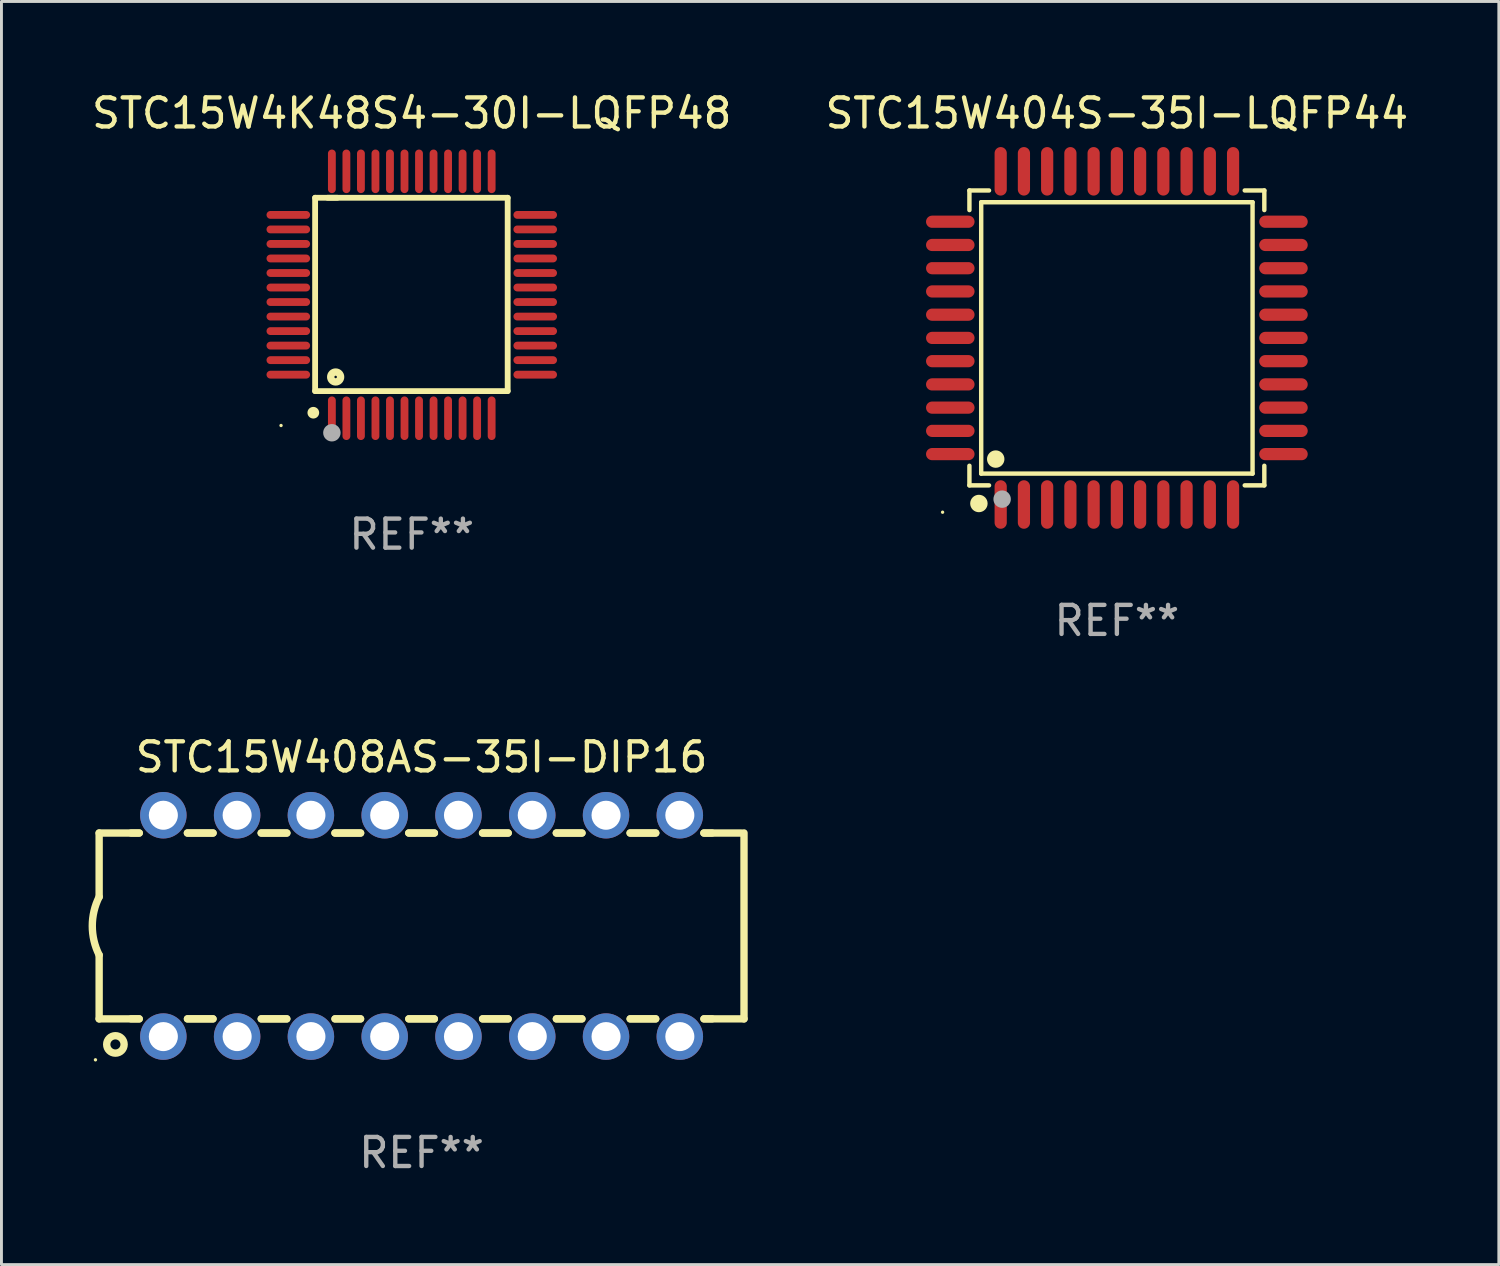
<source format=kicad_pcb>
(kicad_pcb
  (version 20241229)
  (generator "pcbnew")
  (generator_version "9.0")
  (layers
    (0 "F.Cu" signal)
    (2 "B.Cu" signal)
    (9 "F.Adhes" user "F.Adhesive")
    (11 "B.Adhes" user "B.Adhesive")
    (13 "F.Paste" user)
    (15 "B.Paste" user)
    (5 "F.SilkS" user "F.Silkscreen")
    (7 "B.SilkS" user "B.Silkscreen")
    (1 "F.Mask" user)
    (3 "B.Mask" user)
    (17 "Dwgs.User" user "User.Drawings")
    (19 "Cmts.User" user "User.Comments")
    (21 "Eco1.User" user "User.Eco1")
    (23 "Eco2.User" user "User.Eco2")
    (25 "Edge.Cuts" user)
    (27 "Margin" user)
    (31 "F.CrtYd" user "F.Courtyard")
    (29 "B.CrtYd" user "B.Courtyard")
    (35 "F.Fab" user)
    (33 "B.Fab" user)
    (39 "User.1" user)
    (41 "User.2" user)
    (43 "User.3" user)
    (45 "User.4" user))
  (footprint "STC15W408AS-35I-DIP16"
    (layer "F.Cu")
    (at 11.463 28.825)
    (property "Reference" "STC15W408AS-35I-DIP16" (at 0 -5.81 0) (layer "F.SilkS") (effects (font (size 1 1) (thickness 0.15))))
    (attr through_hole)
    (fp_line (start -11.1 -3.198) (end -9.719 -3.198) (stroke (width 0.254) (type solid)) (layer "F.SilkS"))
    (fp_line (start -11.1 -0.998) (end -11.1 -3.198) (stroke (width 0.254) (type solid)) (layer "F.SilkS"))
    (fp_line (start -11.1 3.2) (end -11.1 1) (stroke (width 0.254) (type solid)) (layer "F.SilkS"))
    (fp_line (start -11.1 3.2) (end -9.721 3.2) (stroke (width 0.254) (type solid)) (layer "F.SilkS"))
    (fp_line (start -10 -3.198) (end -9.719 -3.198) (stroke (width 0.254) (type solid)) (layer "F.SilkS"))
    (fp_line (start -10 3.2) (end -9.721 3.2) (stroke (width 0.254) (type solid)) (layer "F.SilkS"))
    (fp_line (start -8.061 -3.198) (end -7.179 -3.198) (stroke (width 0.254) (type solid)) (layer "F.SilkS"))
    (fp_line (start -8.061 -3.198) (end -7.179 -3.198) (stroke (width 0.254) (type solid)) (layer "F.SilkS"))
    (fp_line (start -8.059 3.2) (end -7.181 3.2) (stroke (width 0.254) (type solid)) (layer "F.SilkS"))
    (fp_line (start -8.059 3.2) (end -7.181 3.2) (stroke (width 0.254) (type solid)) (layer "F.SilkS"))
    (fp_line (start -5.521 -3.198) (end -4.639 -3.198) (stroke (width 0.254) (type solid)) (layer "F.SilkS"))
    (fp_line (start -5.521 -3.198) (end -4.639 -3.198) (stroke (width 0.254) (type solid)) (layer "F.SilkS"))
    (fp_line (start -5.519 3.2) (end -4.641 3.2) (stroke (width 0.254) (type solid)) (layer "F.SilkS"))
    (fp_line (start -5.519 3.2) (end -4.641 3.2) (stroke (width 0.254) (type solid)) (layer "F.SilkS"))
    (fp_line (start -2.981 -3.198) (end -2.099 -3.198) (stroke (width 0.254) (type solid)) (layer "F.SilkS"))
    (fp_line (start -2.981 -3.198) (end -2.099 -3.198) (stroke (width 0.254) (type solid)) (layer "F.SilkS"))
    (fp_line (start -2.979 3.2) (end -2.101 3.2) (stroke (width 0.254) (type solid)) (layer "F.SilkS"))
    (fp_line (start -2.979 3.2) (end -2.101 3.2) (stroke (width 0.254) (type solid)) (layer "F.SilkS"))
    (fp_line (start -0.441 -3.198) (end 0.441 -3.198) (stroke (width 0.254) (type solid)) (layer "F.SilkS"))
    (fp_line (start -0.441 -3.198) (end 0.441 -3.198) (stroke (width 0.254) (type solid)) (layer "F.SilkS"))
    (fp_line (start -0.439 3.2) (end 0.439 3.2) (stroke (width 0.254) (type solid)) (layer "F.SilkS"))
    (fp_line (start -0.439 3.2) (end 0.439 3.2) (stroke (width 0.254) (type solid)) (layer "F.SilkS"))
    (fp_line (start 2.099 -3.198) (end 2.981 -3.198) (stroke (width 0.254) (type solid)) (layer "F.SilkS"))
    (fp_line (start 2.099 -3.198) (end 2.981 -3.198) (stroke (width 0.254) (type solid)) (layer "F.SilkS"))
    (fp_line (start 2.101 3.2) (end 2.979 3.2) (stroke (width 0.254) (type solid)) (layer "F.SilkS"))
    (fp_line (start 2.101 3.2) (end 2.979 3.2) (stroke (width 0.254) (type solid)) (layer "F.SilkS"))
    (fp_line (start 4.639 -3.198) (end 5.521 -3.198) (stroke (width 0.254) (type solid)) (layer "F.SilkS"))
    (fp_line (start 4.639 -3.198) (end 5.521 -3.198) (stroke (width 0.254) (type solid)) (layer "F.SilkS"))
    (fp_line (start 4.641 3.2) (end 5.519 3.2) (stroke (width 0.254) (type solid)) (layer "F.SilkS"))
    (fp_line (start 4.641 3.2) (end 5.519 3.2) (stroke (width 0.254) (type solid)) (layer "F.SilkS"))
    (fp_line (start 7.179 -3.198) (end 8.061 -3.198) (stroke (width 0.254) (type solid)) (layer "F.SilkS"))
    (fp_line (start 7.179 -3.198) (end 8.061 -3.198) (stroke (width 0.254) (type solid)) (layer "F.SilkS"))
    (fp_line (start 7.181 3.2) (end 8.059 3.2) (stroke (width 0.254) (type solid)) (layer "F.SilkS"))
    (fp_line (start 7.181 3.2) (end 8.059 3.2) (stroke (width 0.254) (type solid)) (layer "F.SilkS"))
    (fp_line (start 9.719 -3.198) (end 10 -3.198) (stroke (width 0.254) (type solid)) (layer "F.SilkS"))
    (fp_line (start 9.719 -3.198) (end 11 -3.198) (stroke (width 0.254) (type solid)) (layer "F.SilkS"))
    (fp_line (start 9.721 3.2) (end 11.1 3.2) (stroke (width 0.254) (type solid)) (layer "F.SilkS"))
    (fp_line (start 9.721 3.2) (end 10 3.2) (stroke (width 0.254) (type solid)) (layer "F.SilkS"))
    (fp_line (start 11.1 3.2) (end 11.1 -3.2) (stroke (width 0.254) (type solid)) (layer "F.SilkS"))
    (fp_arc (start -11.099823 1.000762) (mid -11.335827 0.001303) (end -11.1 -0.998197) (stroke (width 0.254001) (type solid)) (layer "F.SilkS"))
    (fp_circle (center -11.227 4.61) (end -11.197 4.61) (stroke (width 0.06) (type solid)) (fill no) (layer "F.SilkS"))
    (fp_circle (center -10.54 4.08) (end -10.24 4.08) (stroke (width 0.254) (type solid)) (fill no) (layer "F.SilkS"))
    (fp_text user "REF**" (at 0 7.81 0) (layer "F.Fab") (effects (font (size 1 1) (thickness 0.15))))
    (pad "1" thru_hole circle (at -8.89 3.81) (size 1.6 1.6) (drill 1) (layers "*.Cu" "*.Mask"))
    (pad "2" thru_hole circle (at -6.35 3.81) (size 1.6 1.6) (drill 1) (layers "*.Cu" "*.Mask"))
    (pad "3" thru_hole circle (at -3.81 3.81) (size 1.6 1.6) (drill 1) (layers "*.Cu" "*.Mask"))
    (pad "4" thru_hole circle (at -1.27 3.81) (size 1.6 1.6) (drill 1) (layers "*.Cu" "*.Mask"))
    (pad "5" thru_hole circle (at 1.27 3.81) (size 1.6 1.6) (drill 1) (layers "*.Cu" "*.Mask"))
    (pad "6" thru_hole circle (at 3.81 3.81) (size 1.6 1.6) (drill 1) (layers "*.Cu" "*.Mask"))
    (pad "7" thru_hole circle (at 6.35 3.81) (size 1.6 1.6) (drill 1) (layers "*.Cu" "*.Mask"))
    (pad "8" thru_hole circle (at 8.89 3.81) (size 1.6 1.6) (drill 1) (layers "*.Cu" "*.Mask"))
    (pad "9" thru_hole circle (at 8.89 -3.81) (size 1.6 1.6) (drill 1) (layers "*.Cu" "*.Mask"))
    (pad "10" thru_hole circle (at 6.35 -3.81) (size 1.6 1.6) (drill 1) (layers "*.Cu" "*.Mask"))
    (pad "11" thru_hole circle (at 3.81 -3.81) (size 1.6 1.6) (drill 1) (layers "*.Cu" "*.Mask"))
    (pad "12" thru_hole circle (at 1.27 -3.81) (size 1.6 1.6) (drill 1) (layers "*.Cu" "*.Mask"))
    (pad "13" thru_hole circle (at -1.27 -3.81) (size 1.6 1.6) (drill 1) (layers "*.Cu" "*.Mask"))
    (pad "14" thru_hole circle (at -3.81 -3.81) (size 1.6 1.6) (drill 1) (layers "*.Cu" "*.Mask"))
    (pad "15" thru_hole circle (at -6.35 -3.81) (size 1.6 1.6) (drill 1) (layers "*.Cu" "*.Mask"))
    (pad "16" thru_hole circle (at -8.89 -3.81) (size 1.6 1.6) (drill 1) (layers "*.Cu" "*.Mask")))
  (footprint "STC15W404S-35I-LQFP44"
    (layer "F.Cu")
    (at 35.399 8.583)
    (property "Reference" "STC15W404S-35I-LQFP44" (at 0 -7.735 0) (layer "F.SilkS") (effects (font (size 1 1) (thickness 0.15))))
    (attr through_hole)
    (fp_line (start -5.076 -5.076) (end -4.401 -5.076) (stroke (width 0.152) (type solid)) (layer "F.SilkS"))
    (fp_line (start -5.076 -4.401) (end -5.076 -5.076) (stroke (width 0.152) (type solid)) (layer "F.SilkS"))
    (fp_line (start -5.076 4.401) (end -5.076 5.076) (stroke (width 0.152) (type solid)) (layer "F.SilkS"))
    (fp_line (start -5.076 5.076) (end -4.401 5.076) (stroke (width 0.152) (type solid)) (layer "F.SilkS"))
    (fp_line (start -4.671 -4.671) (end 4.671 -4.671) (stroke (width 0.152) (type solid)) (layer "F.SilkS"))
    (fp_line (start -4.671 4.671) (end -4.671 -4.671) (stroke (width 0.152) (type solid)) (layer "F.SilkS"))
    (fp_line (start 4.671 -4.671) (end 4.671 4.671) (stroke (width 0.152) (type solid)) (layer "F.SilkS"))
    (fp_line (start 4.671 4.671) (end -4.671 4.671) (stroke (width 0.152) (type solid)) (layer "F.SilkS"))
    (fp_line (start 5.076 -5.076) (end 4.401 -5.076) (stroke (width 0.152) (type solid)) (layer "F.SilkS"))
    (fp_line (start 5.076 -4.401) (end 5.076 -5.076) (stroke (width 0.152) (type solid)) (layer "F.SilkS"))
    (fp_line (start 5.076 4.401) (end 5.076 5.076) (stroke (width 0.152) (type solid)) (layer "F.SilkS"))
    (fp_line (start 5.076 5.076) (end 4.401 5.076) (stroke (width 0.152) (type solid)) (layer "F.SilkS"))
    (fp_circle (center -6 6) (end -5.97 6) (stroke (width 0.06) (type solid)) (fill no) (layer "F.SilkS"))
    (fp_circle (center -4.75 5.7) (end -4.6 5.7) (stroke (width 0.3) (type solid)) (fill no) (layer "F.SilkS"))
    (fp_circle (center -4.171 4.171) (end -4.021 4.171) (stroke (width 0.3) (type solid)) (fill no) (layer "F.SilkS"))
    (fp_circle (center -3.95 5.55) (end -3.8 5.55) (stroke (width 0.3) (type solid)) (fill no) (layer "F.Fab"))
    (fp_text user "REF**" (at 0 9.735 0) (layer "F.Fab") (effects (font (size 1 1) (thickness 0.15))))
    (pad "1" smd oval (at -4 5.735) (size 0.42 1.67) (layers "F.Cu" "F.Mask" "F.Paste"))
    (pad "2" smd oval (at -3.2 5.735) (size 0.42 1.67) (layers "F.Cu" "F.Mask" "F.Paste"))
    (pad "3" smd oval (at -2.4 5.735) (size 0.42 1.67) (layers "F.Cu" "F.Mask" "F.Paste"))
    (pad "4" smd oval (at -1.6 5.735) (size 0.42 1.67) (layers "F.Cu" "F.Mask" "F.Paste"))
    (pad "5" smd oval (at -0.8 5.735) (size 0.42 1.67) (layers "F.Cu" "F.Mask" "F.Paste"))
    (pad "6" smd oval (at 0 5.735) (size 0.42 1.67) (layers "F.Cu" "F.Mask" "F.Paste"))
    (pad "7" smd oval (at 0.8 5.735) (size 0.42 1.67) (layers "F.Cu" "F.Mask" "F.Paste"))
    (pad "8" smd oval (at 1.6 5.735) (size 0.42 1.67) (layers "F.Cu" "F.Mask" "F.Paste"))
    (pad "9" smd oval (at 2.4 5.735) (size 0.42 1.67) (layers "F.Cu" "F.Mask" "F.Paste"))
    (pad "10" smd oval (at 3.2 5.735) (size 0.42 1.67) (layers "F.Cu" "F.Mask" "F.Paste"))
    (pad "11" smd oval (at 4 5.735) (size 0.42 1.67) (layers "F.Cu" "F.Mask" "F.Paste"))
    (pad "12" smd oval (at 5.735 4) (size 1.67 0.42) (layers "F.Cu" "F.Mask" "F.Paste"))
    (pad "13" smd oval (at 5.735 3.2) (size 1.67 0.42) (layers "F.Cu" "F.Mask" "F.Paste"))
    (pad "14" smd oval (at 5.735 2.4) (size 1.67 0.42) (layers "F.Cu" "F.Mask" "F.Paste"))
    (pad "15" smd oval (at 5.735 1.6) (size 1.67 0.42) (layers "F.Cu" "F.Mask" "F.Paste"))
    (pad "16" smd oval (at 5.735 0.8) (size 1.67 0.42) (layers "F.Cu" "F.Mask" "F.Paste"))
    (pad "17" smd oval (at 5.735 0) (size 1.67 0.42) (layers "F.Cu" "F.Mask" "F.Paste"))
    (pad "18" smd oval (at 5.735 -0.8) (size 1.67 0.42) (layers "F.Cu" "F.Mask" "F.Paste"))
    (pad "19" smd oval (at 5.735 -1.6) (size 1.67 0.42) (layers "F.Cu" "F.Mask" "F.Paste"))
    (pad "20" smd oval (at 5.735 -2.4) (size 1.67 0.42) (layers "F.Cu" "F.Mask" "F.Paste"))
    (pad "21" smd oval (at 5.735 -3.2) (size 1.67 0.42) (layers "F.Cu" "F.Mask" "F.Paste"))
    (pad "22" smd oval (at 5.735 -4) (size 1.67 0.42) (layers "F.Cu" "F.Mask" "F.Paste"))
    (pad "23" smd oval (at 4 -5.735) (size 0.42 1.67) (layers "F.Cu" "F.Mask" "F.Paste"))
    (pad "24" smd oval (at 3.2 -5.735) (size 0.42 1.67) (layers "F.Cu" "F.Mask" "F.Paste"))
    (pad "25" smd oval (at 2.4 -5.735) (size 0.42 1.67) (layers "F.Cu" "F.Mask" "F.Paste"))
    (pad "26" smd oval (at 1.6 -5.735) (size 0.42 1.67) (layers "F.Cu" "F.Mask" "F.Paste"))
    (pad "27" smd oval (at 0.8 -5.735) (size 0.42 1.67) (layers "F.Cu" "F.Mask" "F.Paste"))
    (pad "28" smd oval (at 0 -5.735) (size 0.42 1.67) (layers "F.Cu" "F.Mask" "F.Paste"))
    (pad "29" smd oval (at -0.8 -5.735) (size 0.42 1.67) (layers "F.Cu" "F.Mask" "F.Paste"))
    (pad "30" smd oval (at -1.6 -5.735) (size 0.42 1.67) (layers "F.Cu" "F.Mask" "F.Paste"))
    (pad "31" smd oval (at -2.4 -5.735) (size 0.42 1.67) (layers "F.Cu" "F.Mask" "F.Paste"))
    (pad "32" smd oval (at -3.2 -5.735) (size 0.42 1.67) (layers "F.Cu" "F.Mask" "F.Paste"))
    (pad "33" smd oval (at -4 -5.735) (size 0.42 1.67) (layers "F.Cu" "F.Mask" "F.Paste"))
    (pad "34" smd oval (at -5.735 -4) (size 1.67 0.42) (layers "F.Cu" "F.Mask" "F.Paste"))
    (pad "35" smd oval (at -5.735 -3.2) (size 1.67 0.42) (layers "F.Cu" "F.Mask" "F.Paste"))
    (pad "36" smd oval (at -5.735 -2.4) (size 1.67 0.42) (layers "F.Cu" "F.Mask" "F.Paste"))
    (pad "37" smd oval (at -5.735 -1.6) (size 1.67 0.42) (layers "F.Cu" "F.Mask" "F.Paste"))
    (pad "38" smd oval (at -5.735 -0.8) (size 1.67 0.42) (layers "F.Cu" "F.Mask" "F.Paste"))
    (pad "39" smd oval (at -5.735 0) (size 1.67 0.42) (layers "F.Cu" "F.Mask" "F.Paste"))
    (pad "40" smd oval (at -5.735 0.8) (size 1.67 0.42) (layers "F.Cu" "F.Mask" "F.Paste"))
    (pad "41" smd oval (at -5.735 1.6) (size 1.67 0.42) (layers "F.Cu" "F.Mask" "F.Paste"))
    (pad "42" smd oval (at -5.735 2.4) (size 1.67 0.42) (layers "F.Cu" "F.Mask" "F.Paste"))
    (pad "43" smd oval (at -5.735 3.2) (size 1.67 0.42) (layers "F.Cu" "F.Mask" "F.Paste"))
    (pad "44" smd oval (at -5.735 4) (size 1.67 0.42) (layers "F.Cu" "F.Mask" "F.Paste")))
  (footprint "STC15W4K48S4-30I-LQFP48"
    (layer "F.Cu")
    (at 11.125 7.098)
    (property "Reference" "STC15W4K48S4-30I-LQFP48" (at 0 -6.25 0) (layer "F.SilkS") (effects (font (size 1 1) (thickness 0.15))))
    (attr through_hole)
    (fp_line (start -3.327 -3.34) (end -2.565 -3.34) (stroke (width 0.2) (type solid)) (layer "F.SilkS"))
    (fp_line (start -3.327 3.315) (end -3.327 -3.34) (stroke (width 0.2) (type solid)) (layer "F.SilkS"))
    (fp_line (start -2.896 -3.34) (end 3.302 -3.34) (stroke (width 0.2) (type solid)) (layer "F.SilkS"))
    (fp_line (start 3.302 -3.34) (end 3.302 3.315) (stroke (width 0.2) (type solid)) (layer "F.SilkS"))
    (fp_line (start 3.302 3.315) (end -3.327 3.315) (stroke (width 0.2) (type solid)) (layer "F.SilkS"))
    (fp_arc (start -3.389992 4.059995) (mid -3.388722 4.059991) (end -3.387452 4.059995) (stroke (width 0.4) (type solid)) (layer "F.SilkS"))
    (fp_circle (center -4.5 4.5) (end -4.47 4.5) (stroke (width 0.06) (type solid)) (fill no) (layer "F.SilkS"))
    (fp_circle (center -2.62 2.83) (end -2.45 2.83) (stroke (width 0.254) (type solid)) (fill no) (layer "F.SilkS"))
    (fp_circle (center -2.75 4.75) (end -2.6 4.75) (stroke (width 0.3) (type solid)) (fill no) (layer "F.Fab"))
    (fp_text user "REF**" (at 0 8.25 0) (layer "F.Fab") (effects (font (size 1 1) (thickness 0.15))))
    (pad "1" smd oval (at -2.75 4.25) (size 0.27 1.5) (layers "F.Cu" "F.Mask" "F.Paste"))
    (pad "2" smd oval (at -2.25 4.25) (size 0.27 1.5) (layers "F.Cu" "F.Mask" "F.Paste"))
    (pad "3" smd oval (at -1.75 4.25) (size 0.27 1.5) (layers "F.Cu" "F.Mask" "F.Paste"))
    (pad "4" smd oval (at -1.25 4.25) (size 0.27 1.5) (layers "F.Cu" "F.Mask" "F.Paste"))
    (pad "5" smd oval (at -0.75 4.25) (size 0.27 1.5) (layers "F.Cu" "F.Mask" "F.Paste"))
    (pad "6" smd oval (at -0.25 4.25) (size 0.27 1.5) (layers "F.Cu" "F.Mask" "F.Paste"))
    (pad "7" smd oval (at 0.25 4.25) (size 0.27 1.5) (layers "F.Cu" "F.Mask" "F.Paste"))
    (pad "8" smd oval (at 0.75 4.25) (size 0.27 1.5) (layers "F.Cu" "F.Mask" "F.Paste"))
    (pad "9" smd oval (at 1.25 4.25) (size 0.27 1.5) (layers "F.Cu" "F.Mask" "F.Paste"))
    (pad "10" smd oval (at 1.75 4.25) (size 0.27 1.5) (layers "F.Cu" "F.Mask" "F.Paste"))
    (pad "11" smd oval (at 2.25 4.25) (size 0.27 1.5) (layers "F.Cu" "F.Mask" "F.Paste"))
    (pad "12" smd oval (at 2.75 4.25) (size 0.27 1.5) (layers "F.Cu" "F.Mask" "F.Paste"))
    (pad "13" smd oval (at 4.25 2.75) (size 1.5 0.27) (layers "F.Cu" "F.Mask" "F.Paste"))
    (pad "14" smd oval (at 4.25 2.25) (size 1.5 0.27) (layers "F.Cu" "F.Mask" "F.Paste"))
    (pad "15" smd oval (at 4.25 1.75) (size 1.5 0.27) (layers "F.Cu" "F.Mask" "F.Paste"))
    (pad "16" smd oval (at 4.25 1.25) (size 1.5 0.27) (layers "F.Cu" "F.Mask" "F.Paste"))
    (pad "17" smd oval (at 4.25 0.75) (size 1.5 0.27) (layers "F.Cu" "F.Mask" "F.Paste"))
    (pad "18" smd oval (at 4.25 0.25) (size 1.5 0.27) (layers "F.Cu" "F.Mask" "F.Paste"))
    (pad "19" smd oval (at 4.25 -0.25) (size 1.5 0.27) (layers "F.Cu" "F.Mask" "F.Paste"))
    (pad "20" smd oval (at 4.25 -0.75) (size 1.5 0.27) (layers "F.Cu" "F.Mask" "F.Paste"))
    (pad "21" smd oval (at 4.25 -1.25) (size 1.5 0.27) (layers "F.Cu" "F.Mask" "F.Paste"))
    (pad "22" smd oval (at 4.25 -1.75) (size 1.5 0.27) (layers "F.Cu" "F.Mask" "F.Paste"))
    (pad "23" smd oval (at 4.25 -2.25) (size 1.5 0.27) (layers "F.Cu" "F.Mask" "F.Paste"))
    (pad "24" smd oval (at 4.25 -2.75) (size 1.5 0.27) (layers "F.Cu" "F.Mask" "F.Paste"))
    (pad "25" smd oval (at 2.75 -4.25) (size 0.27 1.5) (layers "F.Cu" "F.Mask" "F.Paste"))
    (pad "26" smd oval (at 2.25 -4.25) (size 0.27 1.5) (layers "F.Cu" "F.Mask" "F.Paste"))
    (pad "27" smd oval (at 1.75 -4.25) (size 0.27 1.5) (layers "F.Cu" "F.Mask" "F.Paste"))
    (pad "28" smd oval (at 1.25 -4.25) (size 0.27 1.5) (layers "F.Cu" "F.Mask" "F.Paste"))
    (pad "29" smd oval (at 0.75 -4.25) (size 0.27 1.5) (layers "F.Cu" "F.Mask" "F.Paste"))
    (pad "30" smd oval (at 0.25 -4.25) (size 0.27 1.5) (layers "F.Cu" "F.Mask" "F.Paste"))
    (pad "31" smd oval (at -0.25 -4.25) (size 0.27 1.5) (layers "F.Cu" "F.Mask" "F.Paste"))
    (pad "32" smd oval (at -0.75 -4.25) (size 0.27 1.5) (layers "F.Cu" "F.Mask" "F.Paste"))
    (pad "33" smd oval (at -1.25 -4.25) (size 0.27 1.5) (layers "F.Cu" "F.Mask" "F.Paste"))
    (pad "34" smd oval (at -1.75 -4.25) (size 0.27 1.5) (layers "F.Cu" "F.Mask" "F.Paste"))
    (pad "35" smd oval (at -2.25 -4.25) (size 0.27 1.5) (layers "F.Cu" "F.Mask" "F.Paste"))
    (pad "36" smd oval (at -2.75 -4.25) (size 0.27 1.5) (layers "F.Cu" "F.Mask" "F.Paste"))
    (pad "37" smd oval (at -4.25 -2.75) (size 1.5 0.27) (layers "F.Cu" "F.Mask" "F.Paste"))
    (pad "38" smd oval (at -4.25 -2.25) (size 1.5 0.27) (layers "F.Cu" "F.Mask" "F.Paste"))
    (pad "39" smd oval (at -4.25 -1.75) (size 1.5 0.27) (layers "F.Cu" "F.Mask" "F.Paste"))
    (pad "40" smd oval (at -4.25 -1.25) (size 1.5 0.27) (layers "F.Cu" "F.Mask" "F.Paste"))
    (pad "41" smd oval (at -4.25 -0.75) (size 1.5 0.27) (layers "F.Cu" "F.Mask" "F.Paste"))
    (pad "42" smd oval (at -4.25 -0.25) (size 1.5 0.27) (layers "F.Cu" "F.Mask" "F.Paste"))
    (pad "43" smd oval (at -4.25 0.25) (size 1.5 0.27) (layers "F.Cu" "F.Mask" "F.Paste"))
    (pad "44" smd oval (at -4.25 0.75) (size 1.5 0.27) (layers "F.Cu" "F.Mask" "F.Paste"))
    (pad "45" smd oval (at -4.25 1.25) (size 1.5 0.27) (layers "F.Cu" "F.Mask" "F.Paste"))
    (pad "46" smd oval (at -4.25 1.75) (size 1.5 0.27) (layers "F.Cu" "F.Mask" "F.Paste"))
    (pad "47" smd oval (at -4.25 2.25) (size 1.5 0.27) (layers "F.Cu" "F.Mask" "F.Paste"))
    (pad "48" smd oval (at -4.25 2.75) (size 1.5 0.27) (layers "F.Cu" "F.Mask" "F.Paste")))
  (gr_rect
    (start -3 -3)
    (end 48.548 40.483)
    (stroke (width 0.1) (type default))
    (fill no)
    (layer "Edge.Cuts")))
</source>
